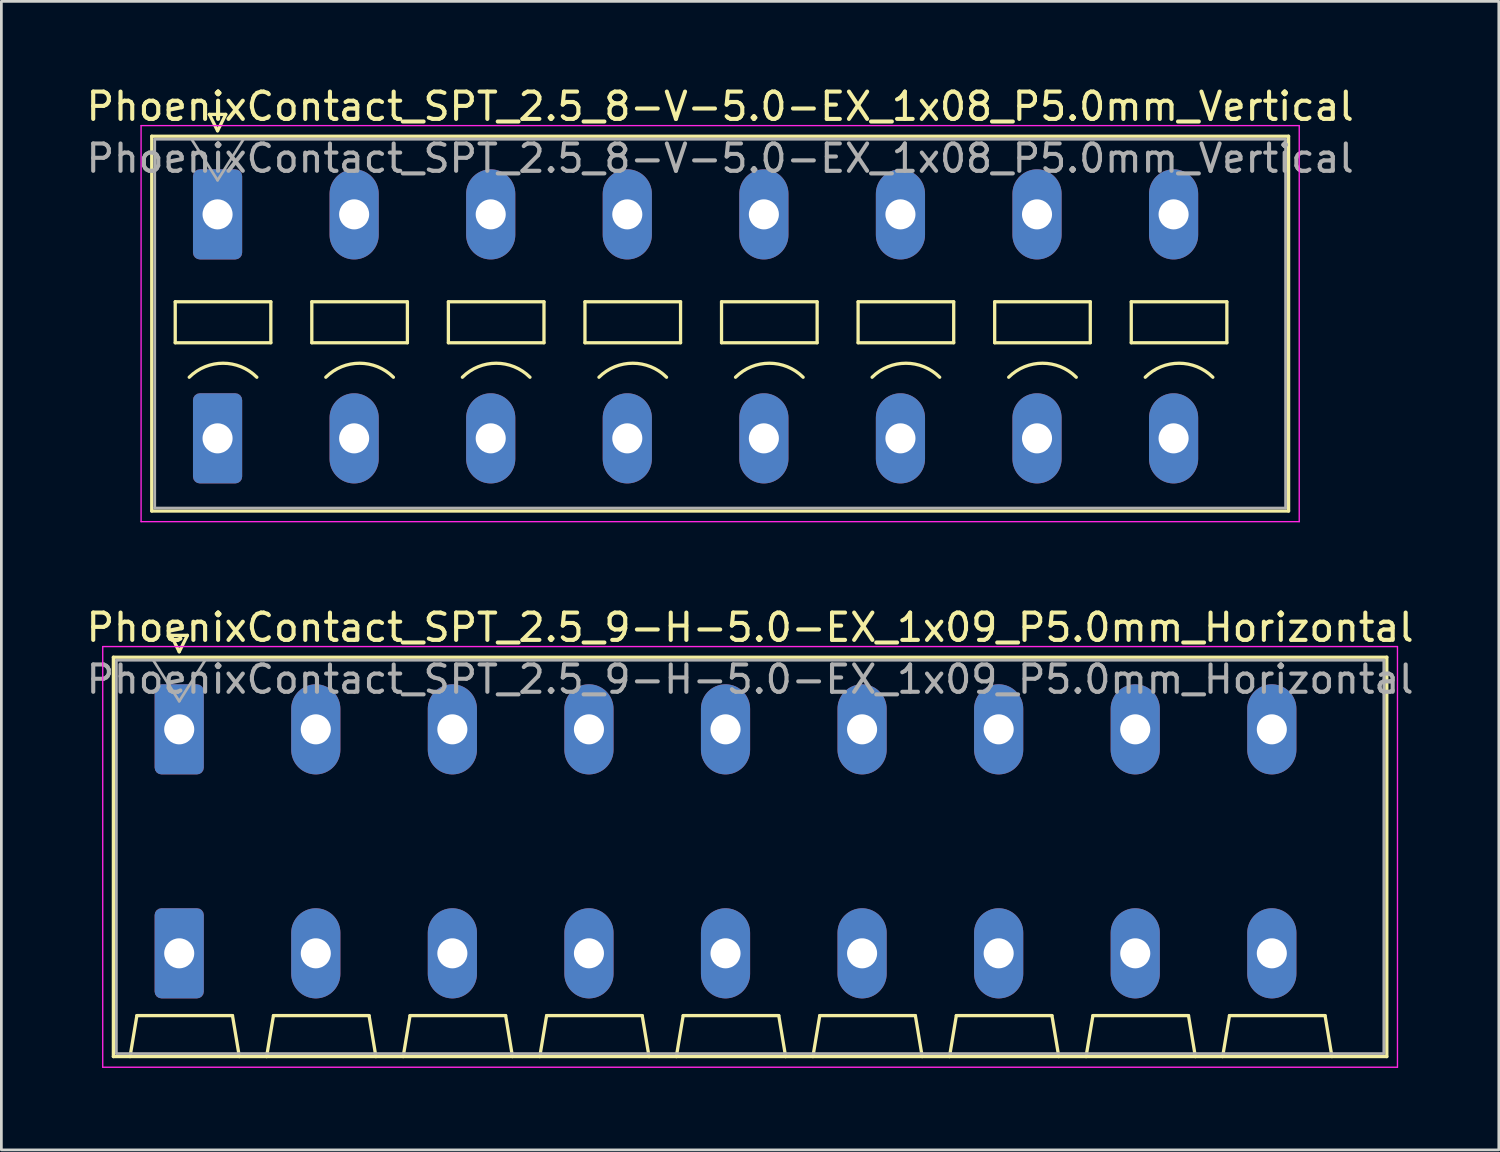
<source format=kicad_pcb>
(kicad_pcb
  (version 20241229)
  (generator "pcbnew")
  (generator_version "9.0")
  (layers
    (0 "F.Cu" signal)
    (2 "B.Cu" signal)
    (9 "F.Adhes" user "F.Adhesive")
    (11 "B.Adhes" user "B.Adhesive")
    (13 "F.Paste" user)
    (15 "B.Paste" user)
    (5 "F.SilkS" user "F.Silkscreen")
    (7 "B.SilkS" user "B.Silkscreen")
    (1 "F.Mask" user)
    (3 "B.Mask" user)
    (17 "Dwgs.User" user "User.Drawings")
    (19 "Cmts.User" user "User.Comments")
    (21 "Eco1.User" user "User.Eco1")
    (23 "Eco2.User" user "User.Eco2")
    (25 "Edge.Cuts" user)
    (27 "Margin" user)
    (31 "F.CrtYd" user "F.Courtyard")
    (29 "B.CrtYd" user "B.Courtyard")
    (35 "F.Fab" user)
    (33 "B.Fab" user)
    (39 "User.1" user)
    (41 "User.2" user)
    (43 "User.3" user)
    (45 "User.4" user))
  (footprint "PhoenixContact_SPT_2.5_9-H-5.0-EX_1x09_P5.0mm_Horizontal"
    (layer "F.Cu")
    (at 3.511 23.651)
    (property "Reference" "PhoenixContact_SPT_2.5_9-H-5.0-EX_1x09_P5.0mm_Horizontal" (at 20.9 -3.73 0) (layer "F.SilkS") (effects (font (size 1 1) (thickness 0.15))))
    (attr through_hole)
    (fp_line (start -2.41 -2.64) (end 44.21 -2.64) (stroke (width 0.12) (type solid)) (layer "F.SilkS"))
    (fp_line (start -2.41 11.98) (end -2.41 -2.64) (stroke (width 0.12) (type solid)) (layer "F.SilkS"))
    (fp_line (start -1.8 11.98) (end -1.55 10.48) (stroke (width 0.12) (type solid)) (layer "F.SilkS"))
    (fp_line (start -1.55 10.48) (end 1.95 10.48) (stroke (width 0.12) (type solid)) (layer "F.SilkS"))
    (fp_line (start -0.3 -3.44) (end 0 -2.84) (stroke (width 0.12) (type solid)) (layer "F.SilkS"))
    (fp_line (start -0.3 -3.44) (end 0.3 -3.44) (stroke (width 0.12) (type solid)) (layer "F.SilkS"))
    (fp_line (start 0.3 -3.44) (end 0 -2.84) (stroke (width 0.12) (type solid)) (layer "F.SilkS"))
    (fp_line (start 2.2 11.98) (end 1.95 10.48) (stroke (width 0.12) (type solid)) (layer "F.SilkS"))
    (fp_line (start 3.2 11.98) (end 3.45 10.48) (stroke (width 0.12) (type solid)) (layer "F.SilkS"))
    (fp_line (start 3.45 10.48) (end 6.95 10.48) (stroke (width 0.12) (type solid)) (layer "F.SilkS"))
    (fp_line (start 7.2 11.98) (end 6.95 10.48) (stroke (width 0.12) (type solid)) (layer "F.SilkS"))
    (fp_line (start 8.2 11.98) (end 8.45 10.48) (stroke (width 0.12) (type solid)) (layer "F.SilkS"))
    (fp_line (start 8.45 10.48) (end 11.95 10.48) (stroke (width 0.12) (type solid)) (layer "F.SilkS"))
    (fp_line (start 12.2 11.98) (end 11.95 10.48) (stroke (width 0.12) (type solid)) (layer "F.SilkS"))
    (fp_line (start 13.2 11.98) (end 13.45 10.48) (stroke (width 0.12) (type solid)) (layer "F.SilkS"))
    (fp_line (start 13.45 10.48) (end 16.95 10.48) (stroke (width 0.12) (type solid)) (layer "F.SilkS"))
    (fp_line (start 17.2 11.98) (end 16.95 10.48) (stroke (width 0.12) (type solid)) (layer "F.SilkS"))
    (fp_line (start 18.2 11.98) (end 18.45 10.48) (stroke (width 0.12) (type solid)) (layer "F.SilkS"))
    (fp_line (start 18.45 10.48) (end 21.95 10.48) (stroke (width 0.12) (type solid)) (layer "F.SilkS"))
    (fp_line (start 22.2 11.98) (end 21.95 10.48) (stroke (width 0.12) (type solid)) (layer "F.SilkS"))
    (fp_line (start 23.2 11.98) (end 23.45 10.48) (stroke (width 0.12) (type solid)) (layer "F.SilkS"))
    (fp_line (start 23.45 10.48) (end 26.95 10.48) (stroke (width 0.12) (type solid)) (layer "F.SilkS"))
    (fp_line (start 27.2 11.98) (end 26.95 10.48) (stroke (width 0.12) (type solid)) (layer "F.SilkS"))
    (fp_line (start 28.2 11.98) (end 28.45 10.48) (stroke (width 0.12) (type solid)) (layer "F.SilkS"))
    (fp_line (start 28.45 10.48) (end 31.95 10.48) (stroke (width 0.12) (type solid)) (layer "F.SilkS"))
    (fp_line (start 32.2 11.98) (end 31.95 10.48) (stroke (width 0.12) (type solid)) (layer "F.SilkS"))
    (fp_line (start 33.2 11.98) (end 33.45 10.48) (stroke (width 0.12) (type solid)) (layer "F.SilkS"))
    (fp_line (start 33.45 10.48) (end 36.95 10.48) (stroke (width 0.12) (type solid)) (layer "F.SilkS"))
    (fp_line (start 37.2 11.98) (end 36.95 10.48) (stroke (width 0.12) (type solid)) (layer "F.SilkS"))
    (fp_line (start 38.2 11.98) (end 38.45 10.48) (stroke (width 0.12) (type solid)) (layer "F.SilkS"))
    (fp_line (start 38.45 10.48) (end 41.95 10.48) (stroke (width 0.12) (type solid)) (layer "F.SilkS"))
    (fp_line (start 42.2 11.98) (end 41.95 10.48) (stroke (width 0.12) (type solid)) (layer "F.SilkS"))
    (fp_line (start 44.21 -2.64) (end 44.21 11.98) (stroke (width 0.12) (type solid)) (layer "F.SilkS"))
    (fp_line (start 44.21 11.98) (end -2.41 11.98) (stroke (width 0.12) (type solid)) (layer "F.SilkS"))
    (fp_line (start -2.8 -3.03) (end -2.8 12.37) (stroke (width 0.05) (type solid)) (layer "F.CrtYd"))
    (fp_line (start -2.8 12.37) (end 44.6 12.37) (stroke (width 0.05) (type solid)) (layer "F.CrtYd"))
    (fp_line (start 44.6 -3.03) (end -2.8 -3.03) (stroke (width 0.05) (type solid)) (layer "F.CrtYd"))
    (fp_line (start 44.6 12.37) (end 44.6 -3.03) (stroke (width 0.05) (type solid)) (layer "F.CrtYd"))
    (fp_line (start -2.3 -2.53) (end -2.3 11.87) (stroke (width 0.1) (type solid)) (layer "F.Fab"))
    (fp_line (start -2.3 11.87) (end 44.1 11.87) (stroke (width 0.1) (type solid)) (layer "F.Fab"))
    (fp_line (start -0.95 -2.53) (end 0 -1.03) (stroke (width 0.1) (type solid)) (layer "F.Fab"))
    (fp_line (start 0.95 -2.53) (end 0 -1.03) (stroke (width 0.1) (type solid)) (layer "F.Fab"))
    (fp_line (start 44.1 -2.53) (end -2.3 -2.53) (stroke (width 0.1) (type solid)) (layer "F.Fab"))
    (fp_line (start 44.1 11.87) (end 44.1 -2.53) (stroke (width 0.1) (type solid)) (layer "F.Fab"))
    (fp_text user "${REFERENCE}" (at 20.9 -1.83 0) (layer "F.Fab") (effects (font (size 1 1) (thickness 0.15))))
    (pad "1" thru_hole roundrect (at 0 0) (size 1.8 3.3) (drill 1.1) (layers "*.Cu" "*.Mask") (roundrect_rratio 0.139))
    (pad "1" thru_hole roundrect (at 0 8.2) (size 1.8 3.3) (drill 1.1) (layers "*.Cu" "*.Mask") (roundrect_rratio 0.139))
    (pad "2" thru_hole oval (at 5 0) (size 1.8 3.3) (drill 1.1) (layers "*.Cu" "*.Mask"))
    (pad "2" thru_hole oval (at 5 8.2) (size 1.8 3.3) (drill 1.1) (layers "*.Cu" "*.Mask"))
    (pad "3" thru_hole oval (at 10 0) (size 1.8 3.3) (drill 1.1) (layers "*.Cu" "*.Mask"))
    (pad "3" thru_hole oval (at 10 8.2) (size 1.8 3.3) (drill 1.1) (layers "*.Cu" "*.Mask"))
    (pad "4" thru_hole oval (at 15 0) (size 1.8 3.3) (drill 1.1) (layers "*.Cu" "*.Mask"))
    (pad "4" thru_hole oval (at 15 8.2) (size 1.8 3.3) (drill 1.1) (layers "*.Cu" "*.Mask"))
    (pad "5" thru_hole oval (at 20 0) (size 1.8 3.3) (drill 1.1) (layers "*.Cu" "*.Mask"))
    (pad "5" thru_hole oval (at 20 8.2) (size 1.8 3.3) (drill 1.1) (layers "*.Cu" "*.Mask"))
    (pad "6" thru_hole oval (at 25 0) (size 1.8 3.3) (drill 1.1) (layers "*.Cu" "*.Mask"))
    (pad "6" thru_hole oval (at 25 8.2) (size 1.8 3.3) (drill 1.1) (layers "*.Cu" "*.Mask"))
    (pad "7" thru_hole oval (at 30 0) (size 1.8 3.3) (drill 1.1) (layers "*.Cu" "*.Mask"))
    (pad "7" thru_hole oval (at 30 8.2) (size 1.8 3.3) (drill 1.1) (layers "*.Cu" "*.Mask"))
    (pad "8" thru_hole oval (at 35 0) (size 1.8 3.3) (drill 1.1) (layers "*.Cu" "*.Mask"))
    (pad "8" thru_hole oval (at 35 8.2) (size 1.8 3.3) (drill 1.1) (layers "*.Cu" "*.Mask"))
    (pad "9" thru_hole oval (at 40 0) (size 1.8 3.3) (drill 1.1) (layers "*.Cu" "*.Mask"))
    (pad "9" thru_hole oval (at 40 8.2) (size 1.8 3.3) (drill 1.1) (layers "*.Cu" "*.Mask")))
  (footprint "PhoenixContact_SPT_2.5_8-V-5.0-EX_1x08_P5.0mm_Vertical"
    (layer "F.Cu")
    (at 4.915 4.798)
    (property "Reference" "PhoenixContact_SPT_2.5_8-V-5.0-EX_1x08_P5.0mm_Vertical" (at 18.4 -3.95 0) (layer "F.SilkS") (effects (font (size 1 1) (thickness 0.15))))
    (attr through_hole)
    (fp_line (start -2.41 -2.86) (end 39.21 -2.86) (stroke (width 0.12) (type solid)) (layer "F.SilkS"))
    (fp_line (start -2.41 10.86) (end -2.41 -2.86) (stroke (width 0.12) (type solid)) (layer "F.SilkS"))
    (fp_line (start -1.55 3.2) (end -1.55 4.7) (stroke (width 0.12) (type solid)) (layer "F.SilkS"))
    (fp_line (start -1.55 4.7) (end 1.95 4.7) (stroke (width 0.12) (type solid)) (layer "F.SilkS"))
    (fp_line (start -0.3 -3.66) (end 0 -3.06) (stroke (width 0.12) (type solid)) (layer "F.SilkS"))
    (fp_line (start -0.3 -3.66) (end 0.3 -3.66) (stroke (width 0.12) (type solid)) (layer "F.SilkS"))
    (fp_line (start 0.3 -3.66) (end 0 -3.06) (stroke (width 0.12) (type solid)) (layer "F.SilkS"))
    (fp_line (start 1.95 3.2) (end -1.55 3.2) (stroke (width 0.12) (type solid)) (layer "F.SilkS"))
    (fp_line (start 1.95 4.7) (end 1.95 3.2) (stroke (width 0.12) (type solid)) (layer "F.SilkS"))
    (fp_line (start 3.45 3.2) (end 3.45 4.7) (stroke (width 0.12) (type solid)) (layer "F.SilkS"))
    (fp_line (start 3.45 4.7) (end 6.95 4.7) (stroke (width 0.12) (type solid)) (layer "F.SilkS"))
    (fp_line (start 6.95 3.2) (end 3.45 3.2) (stroke (width 0.12) (type solid)) (layer "F.SilkS"))
    (fp_line (start 6.95 4.7) (end 6.95 3.2) (stroke (width 0.12) (type solid)) (layer "F.SilkS"))
    (fp_line (start 8.45 3.2) (end 8.45 4.7) (stroke (width 0.12) (type solid)) (layer "F.SilkS"))
    (fp_line (start 8.45 4.7) (end 11.95 4.7) (stroke (width 0.12) (type solid)) (layer "F.SilkS"))
    (fp_line (start 11.95 3.2) (end 8.45 3.2) (stroke (width 0.12) (type solid)) (layer "F.SilkS"))
    (fp_line (start 11.95 4.7) (end 11.95 3.2) (stroke (width 0.12) (type solid)) (layer "F.SilkS"))
    (fp_line (start 13.45 3.2) (end 13.45 4.7) (stroke (width 0.12) (type solid)) (layer "F.SilkS"))
    (fp_line (start 13.45 4.7) (end 16.95 4.7) (stroke (width 0.12) (type solid)) (layer "F.SilkS"))
    (fp_line (start 16.95 3.2) (end 13.45 3.2) (stroke (width 0.12) (type solid)) (layer "F.SilkS"))
    (fp_line (start 16.95 4.7) (end 16.95 3.2) (stroke (width 0.12) (type solid)) (layer "F.SilkS"))
    (fp_line (start 18.45 3.2) (end 18.45 4.7) (stroke (width 0.12) (type solid)) (layer "F.SilkS"))
    (fp_line (start 18.45 4.7) (end 21.95 4.7) (stroke (width 0.12) (type solid)) (layer "F.SilkS"))
    (fp_line (start 21.95 3.2) (end 18.45 3.2) (stroke (width 0.12) (type solid)) (layer "F.SilkS"))
    (fp_line (start 21.95 4.7) (end 21.95 3.2) (stroke (width 0.12) (type solid)) (layer "F.SilkS"))
    (fp_line (start 23.45 3.2) (end 23.45 4.7) (stroke (width 0.12) (type solid)) (layer "F.SilkS"))
    (fp_line (start 23.45 4.7) (end 26.95 4.7) (stroke (width 0.12) (type solid)) (layer "F.SilkS"))
    (fp_line (start 26.95 3.2) (end 23.45 3.2) (stroke (width 0.12) (type solid)) (layer "F.SilkS"))
    (fp_line (start 26.95 4.7) (end 26.95 3.2) (stroke (width 0.12) (type solid)) (layer "F.SilkS"))
    (fp_line (start 28.45 3.2) (end 28.45 4.7) (stroke (width 0.12) (type solid)) (layer "F.SilkS"))
    (fp_line (start 28.45 4.7) (end 31.95 4.7) (stroke (width 0.12) (type solid)) (layer "F.SilkS"))
    (fp_line (start 31.95 3.2) (end 28.45 3.2) (stroke (width 0.12) (type solid)) (layer "F.SilkS"))
    (fp_line (start 31.95 4.7) (end 31.95 3.2) (stroke (width 0.12) (type solid)) (layer "F.SilkS"))
    (fp_line (start 33.45 3.2) (end 33.45 4.7) (stroke (width 0.12) (type solid)) (layer "F.SilkS"))
    (fp_line (start 33.45 4.7) (end 36.95 4.7) (stroke (width 0.12) (type solid)) (layer "F.SilkS"))
    (fp_line (start 36.95 3.2) (end 33.45 3.2) (stroke (width 0.12) (type solid)) (layer "F.SilkS"))
    (fp_line (start 36.95 4.7) (end 36.95 3.2) (stroke (width 0.12) (type solid)) (layer "F.SilkS"))
    (fp_line (start 39.21 -2.86) (end 39.21 10.86) (stroke (width 0.12) (type solid)) (layer "F.SilkS"))
    (fp_line (start 39.21 10.86) (end -2.41 10.86) (stroke (width 0.12) (type solid)) (layer "F.SilkS"))
    (fp_arc (start -1.037437 5.962563) (mid 0.2 5.45) (end 1.437437 5.962563) (stroke (width 0.12) (type solid)) (layer "F.SilkS"))
    (fp_arc (start 3.962563 5.962563) (mid 5.2 5.45) (end 6.437437 5.962563) (stroke (width 0.12) (type solid)) (layer "F.SilkS"))
    (fp_arc (start 8.962563 5.962563) (mid 10.2 5.45) (end 11.437437 5.962563) (stroke (width 0.12) (type solid)) (layer "F.SilkS"))
    (fp_arc (start 13.962563 5.962563) (mid 15.2 5.45) (end 16.437437 5.962563) (stroke (width 0.12) (type solid)) (layer "F.SilkS"))
    (fp_arc (start 18.962563 5.962563) (mid 20.2 5.45) (end 21.437437 5.962563) (stroke (width 0.12) (type solid)) (layer "F.SilkS"))
    (fp_arc (start 23.962563 5.962563) (mid 25.2 5.45) (end 26.437437 5.962563) (stroke (width 0.12) (type solid)) (layer "F.SilkS"))
    (fp_arc (start 28.962563 5.962563) (mid 30.2 5.45) (end 31.437437 5.962563) (stroke (width 0.12) (type solid)) (layer "F.SilkS"))
    (fp_arc (start 33.962563 5.962563) (mid 35.2 5.45) (end 36.437437 5.962563) (stroke (width 0.12) (type solid)) (layer "F.SilkS"))
    (fp_line (start -2.8 -3.25) (end -2.8 11.25) (stroke (width 0.05) (type solid)) (layer "F.CrtYd"))
    (fp_line (start -2.8 11.25) (end 39.6 11.25) (stroke (width 0.05) (type solid)) (layer "F.CrtYd"))
    (fp_line (start 39.6 -3.25) (end -2.8 -3.25) (stroke (width 0.05) (type solid)) (layer "F.CrtYd"))
    (fp_line (start 39.6 11.25) (end 39.6 -3.25) (stroke (width 0.05) (type solid)) (layer "F.CrtYd"))
    (fp_line (start -2.3 -2.75) (end -2.3 10.75) (stroke (width 0.1) (type solid)) (layer "F.Fab"))
    (fp_line (start -2.3 10.75) (end 39.1 10.75) (stroke (width 0.1) (type solid)) (layer "F.Fab"))
    (fp_line (start -0.95 -2.75) (end 0 -1.25) (stroke (width 0.1) (type solid)) (layer "F.Fab"))
    (fp_line (start 0.95 -2.75) (end 0 -1.25) (stroke (width 0.1) (type solid)) (layer "F.Fab"))
    (fp_line (start 39.1 -2.75) (end -2.3 -2.75) (stroke (width 0.1) (type solid)) (layer "F.Fab"))
    (fp_line (start 39.1 10.75) (end 39.1 -2.75) (stroke (width 0.1) (type solid)) (layer "F.Fab"))
    (fp_text user "${REFERENCE}" (at 18.4 -2.05 0) (layer "F.Fab") (effects (font (size 1 1) (thickness 0.15))))
    (pad "1" thru_hole roundrect (at 0 0) (size 1.8 3.3) (drill 1.1) (layers "*.Cu" "*.Mask") (roundrect_rratio 0.139))
    (pad "1" thru_hole roundrect (at 0 8.2) (size 1.8 3.3) (drill 1.1) (layers "*.Cu" "*.Mask") (roundrect_rratio 0.139))
    (pad "2" thru_hole oval (at 5 0) (size 1.8 3.3) (drill 1.1) (layers "*.Cu" "*.Mask"))
    (pad "2" thru_hole oval (at 5 8.2) (size 1.8 3.3) (drill 1.1) (layers "*.Cu" "*.Mask"))
    (pad "3" thru_hole oval (at 10 0) (size 1.8 3.3) (drill 1.1) (layers "*.Cu" "*.Mask"))
    (pad "3" thru_hole oval (at 10 8.2) (size 1.8 3.3) (drill 1.1) (layers "*.Cu" "*.Mask"))
    (pad "4" thru_hole oval (at 15 0) (size 1.8 3.3) (drill 1.1) (layers "*.Cu" "*.Mask"))
    (pad "4" thru_hole oval (at 15 8.2) (size 1.8 3.3) (drill 1.1) (layers "*.Cu" "*.Mask"))
    (pad "5" thru_hole oval (at 20 0) (size 1.8 3.3) (drill 1.1) (layers "*.Cu" "*.Mask"))
    (pad "5" thru_hole oval (at 20 8.2) (size 1.8 3.3) (drill 1.1) (layers "*.Cu" "*.Mask"))
    (pad "6" thru_hole oval (at 25 0) (size 1.8 3.3) (drill 1.1) (layers "*.Cu" "*.Mask"))
    (pad "6" thru_hole oval (at 25 8.2) (size 1.8 3.3) (drill 1.1) (layers "*.Cu" "*.Mask"))
    (pad "7" thru_hole oval (at 30 0) (size 1.8 3.3) (drill 1.1) (layers "*.Cu" "*.Mask"))
    (pad "7" thru_hole oval (at 30 8.2) (size 1.8 3.3) (drill 1.1) (layers "*.Cu" "*.Mask"))
    (pad "8" thru_hole oval (at 35 0) (size 1.8 3.3) (drill 1.1) (layers "*.Cu" "*.Mask"))
    (pad "8" thru_hole oval (at 35 8.2) (size 1.8 3.3) (drill 1.1) (layers "*.Cu" "*.Mask")))
  (gr_rect
    (start -3 -3)
    (end 51.821 39.047)
    (stroke (width 0.1) (type default))
    (fill no)
    (layer "Edge.Cuts")))
</source>
